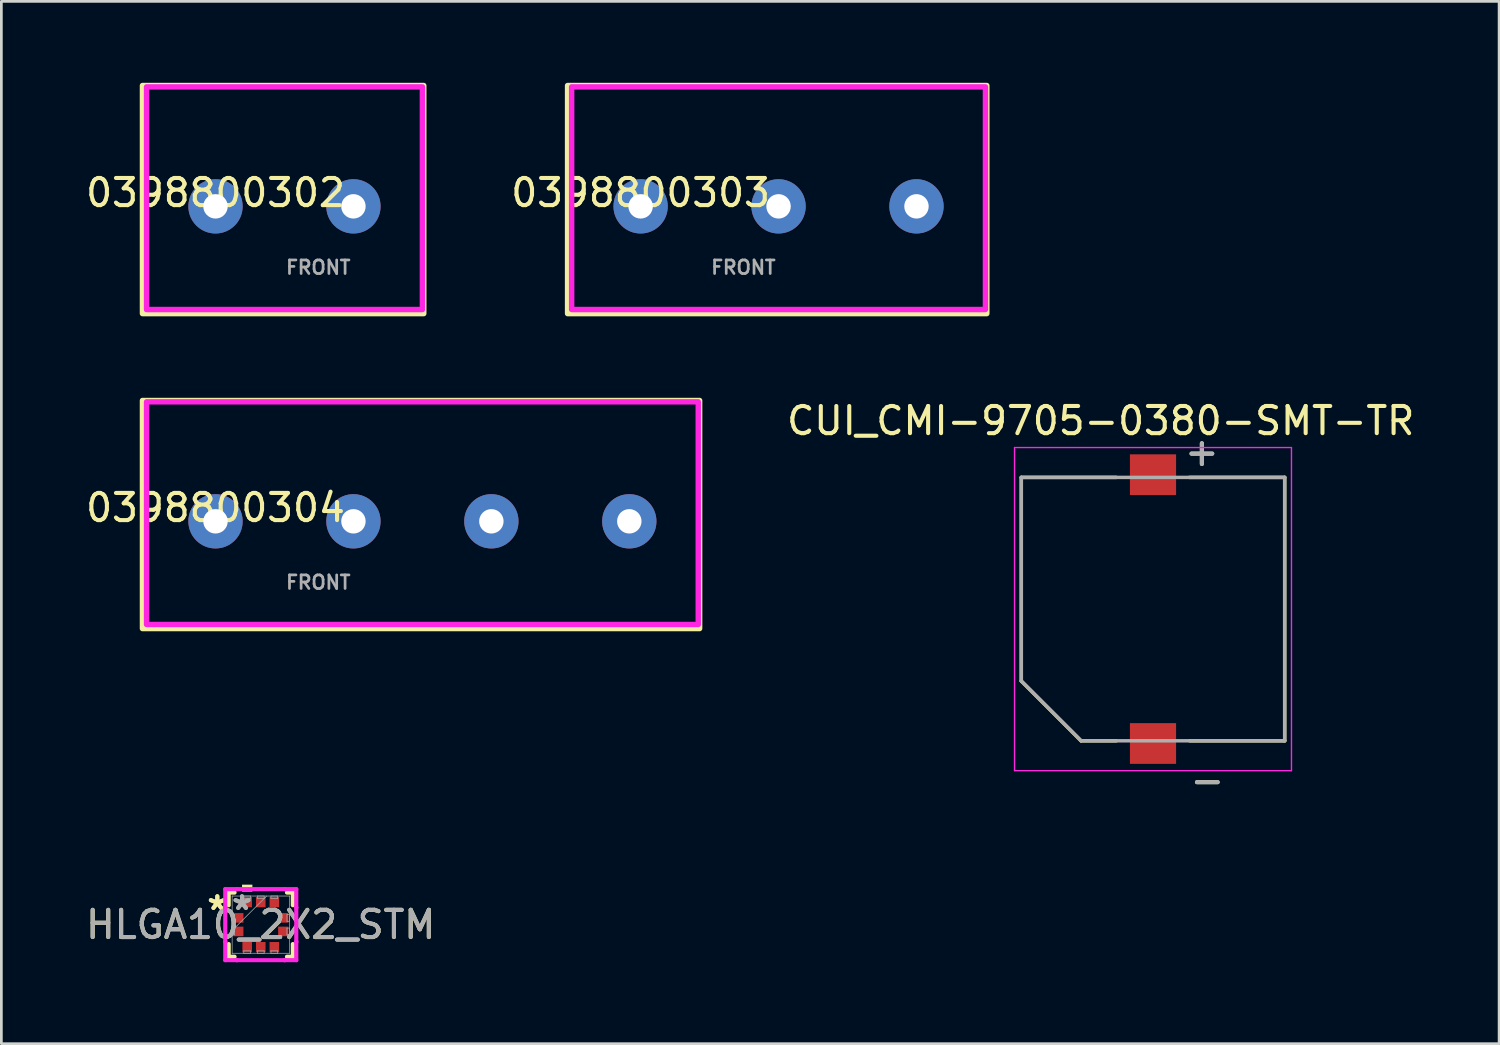
<source format=kicad_pcb>
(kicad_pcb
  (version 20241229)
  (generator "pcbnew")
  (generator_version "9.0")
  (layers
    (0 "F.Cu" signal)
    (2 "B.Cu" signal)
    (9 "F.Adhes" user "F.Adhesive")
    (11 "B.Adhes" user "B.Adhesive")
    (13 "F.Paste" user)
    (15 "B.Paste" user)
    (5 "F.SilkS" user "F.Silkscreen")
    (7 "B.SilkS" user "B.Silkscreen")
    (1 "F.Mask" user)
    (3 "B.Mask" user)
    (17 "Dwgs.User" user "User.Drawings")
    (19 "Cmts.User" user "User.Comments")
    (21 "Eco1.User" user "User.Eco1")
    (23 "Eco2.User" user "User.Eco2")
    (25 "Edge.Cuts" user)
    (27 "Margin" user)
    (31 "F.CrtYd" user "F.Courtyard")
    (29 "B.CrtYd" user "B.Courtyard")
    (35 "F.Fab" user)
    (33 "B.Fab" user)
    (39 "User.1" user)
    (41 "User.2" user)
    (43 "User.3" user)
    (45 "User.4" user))
  (footprint "0398800303"
    (layer "F.Cu")
    (at 20.544 4.55)
    (property "Reference" "0398800303" (at 0 -0.5 0) (unlocked yes) (layer "F.SilkS") (effects (font (size 1 1) (thickness 0.15))))
    (attr smd)
    (fp_rect (start -2.69 3.95) (end 12.75 -4.45) (stroke (width 0.2) (type default)) (fill no) (layer "F.SilkS"))
    (fp_rect (start -2.54 3.8) (end 12.7 -4.4) (stroke (width 0.2) (type default)) (fill no) (layer "F.CrtYd"))
    (fp_text user "FRONT" (at 2.54 2.54 0) (unlocked yes) (layer "F.Fab") (effects (font (size 0.5 0.5) (thickness 0.1)) (justify left bottom)))
    (pad "1" thru_hole circle (at 0 0) (size 2 2) (drill 0.9) (layers "*.Cu" "*.Mask"))
    (pad "2" thru_hole circle (at 5.08 0) (size 2 2) (drill 0.9) (layers "*.Cu" "*.Mask"))
    (pad "3" thru_hole circle (at 10.16 0) (size 2 2) (drill 0.9) (layers "*.Cu" "*.Mask")))
  (footprint "HLGA10_2X2_STM"
    (layer "F.Cu")
    (at 6.554 31.005)
    (property "Reference" "HLGA10_2X2_STM" (at 0 0 0) (unlocked yes) (layer "F.SilkS") (effects (font (size 1 1) (thickness 0.15))))
    (attr smd)
    (fp_line (start -1.181 -1.181) (end -1.181 -0.715) (stroke (width 0.152) (type solid)) (layer "F.SilkS"))
    (fp_line (start -1.181 0.715) (end -1.181 1.181) (stroke (width 0.152) (type solid)) (layer "F.SilkS"))
    (fp_line (start -1.181 1.181) (end -0.965 1.181) (stroke (width 0.152) (type solid)) (layer "F.SilkS"))
    (fp_line (start -0.965 -1.181) (end -1.181 -1.181) (stroke (width 0.152) (type solid)) (layer "F.SilkS"))
    (fp_line (start 0.965 1.181) (end 1.181 1.181) (stroke (width 0.152) (type solid)) (layer "F.SilkS"))
    (fp_line (start 1.181 -1.181) (end 0.965 -1.181) (stroke (width 0.152) (type solid)) (layer "F.SilkS"))
    (fp_line (start 1.181 -0.715) (end 1.181 -1.181) (stroke (width 0.152) (type solid)) (layer "F.SilkS"))
    (fp_line (start 1.181 1.181) (end 1.181 0.715) (stroke (width 0.152) (type solid)) (layer "F.SilkS"))
    (fp_poly (pts (xy -0.69 -1.219) (xy -0.69 -1.473) (xy -0.309 -1.473) (xy -0.309 -1.219)) (stroke (width 0) (type solid)) (fill yes) (layer "F.SilkS"))
    (fp_line (start -1.308 -1.308) (end -0.879 -1.308) (stroke (width 0.152) (type solid)) (layer "F.CrtYd"))
    (fp_line (start -1.308 -0.629) (end -1.308 -1.308) (stroke (width 0.152) (type solid)) (layer "F.CrtYd"))
    (fp_line (start -1.308 -0.629) (end -1.308 -0.629) (stroke (width 0.152) (type solid)) (layer "F.CrtYd"))
    (fp_line (start -1.308 0.629) (end -1.308 -0.629) (stroke (width 0.152) (type solid)) (layer "F.CrtYd"))
    (fp_line (start -1.308 0.629) (end -1.308 0.629) (stroke (width 0.152) (type solid)) (layer "F.CrtYd"))
    (fp_line (start -1.308 1.308) (end -1.308 0.629) (stroke (width 0.152) (type solid)) (layer "F.CrtYd"))
    (fp_line (start -0.879 -1.308) (end -0.879 -1.308) (stroke (width 0.152) (type solid)) (layer "F.CrtYd"))
    (fp_line (start -0.879 -1.308) (end 0.879 -1.308) (stroke (width 0.152) (type solid)) (layer "F.CrtYd"))
    (fp_line (start -0.879 1.308) (end -1.308 1.308) (stroke (width 0.152) (type solid)) (layer "F.CrtYd"))
    (fp_line (start -0.879 1.308) (end -0.879 1.308) (stroke (width 0.152) (type solid)) (layer "F.CrtYd"))
    (fp_line (start 0.879 -1.308) (end 0.879 -1.308) (stroke (width 0.152) (type solid)) (layer "F.CrtYd"))
    (fp_line (start 0.879 -1.308) (end 1.308 -1.308) (stroke (width 0.152) (type solid)) (layer "F.CrtYd"))
    (fp_line (start 0.879 1.308) (end -0.879 1.308) (stroke (width 0.152) (type solid)) (layer "F.CrtYd"))
    (fp_line (start 0.879 1.308) (end 0.879 1.308) (stroke (width 0.152) (type solid)) (layer "F.CrtYd"))
    (fp_line (start 1.308 -1.308) (end 1.308 -0.629) (stroke (width 0.152) (type solid)) (layer "F.CrtYd"))
    (fp_line (start 1.308 -0.629) (end 1.308 -0.629) (stroke (width 0.152) (type solid)) (layer "F.CrtYd"))
    (fp_line (start 1.308 -0.629) (end 1.308 0.629) (stroke (width 0.152) (type solid)) (layer "F.CrtYd"))
    (fp_line (start 1.308 0.629) (end 1.308 0.629) (stroke (width 0.152) (type solid)) (layer "F.CrtYd"))
    (fp_line (start 1.308 0.629) (end 1.308 1.308) (stroke (width 0.152) (type solid)) (layer "F.CrtYd"))
    (fp_line (start 1.308 1.308) (end 0.879 1.308) (stroke (width 0.152) (type solid)) (layer "F.CrtYd"))
    (fp_line (start -1.054 -1.054) (end -1.054 -1.054) (stroke (width 0.025) (type solid)) (layer "F.Fab"))
    (fp_line (start -1.054 -1.054) (end -1.054 1.054) (stroke (width 0.025) (type solid)) (layer "F.Fab"))
    (fp_line (start -1.054 -0.375) (end -0.965 -0.375) (stroke (width 0.025) (type solid)) (layer "F.Fab"))
    (fp_line (start -1.054 -0.125) (end -1.054 -0.375) (stroke (width 0.025) (type solid)) (layer "F.Fab"))
    (fp_line (start -1.054 0.125) (end -0.965 0.125) (stroke (width 0.025) (type solid)) (layer "F.Fab"))
    (fp_line (start -1.054 0.216) (end 0.216 -1.054) (stroke (width 0.025) (type solid)) (layer "F.Fab"))
    (fp_line (start -1.054 0.375) (end -1.054 0.125) (stroke (width 0.025) (type solid)) (layer "F.Fab"))
    (fp_line (start -1.054 1.054) (end -1.054 1.054) (stroke (width 0.025) (type solid)) (layer "F.Fab"))
    (fp_line (start -1.054 1.054) (end 1.054 1.054) (stroke (width 0.025) (type solid)) (layer "F.Fab"))
    (fp_line (start -0.965 -0.375) (end -0.965 -0.125) (stroke (width 0.025) (type solid)) (layer "F.Fab"))
    (fp_line (start -0.965 -0.125) (end -1.054 -0.125) (stroke (width 0.025) (type solid)) (layer "F.Fab"))
    (fp_line (start -0.965 0.125) (end -0.965 0.375) (stroke (width 0.025) (type solid)) (layer "F.Fab"))
    (fp_line (start -0.965 0.375) (end -1.054 0.375) (stroke (width 0.025) (type solid)) (layer "F.Fab"))
    (fp_line (start -0.625 -1.054) (end -0.375 -1.054) (stroke (width 0.025) (type solid)) (layer "F.Fab"))
    (fp_line (start -0.625 -0.965) (end -0.625 -1.054) (stroke (width 0.025) (type solid)) (layer "F.Fab"))
    (fp_line (start -0.625 0.965) (end -0.375 0.965) (stroke (width 0.025) (type solid)) (layer "F.Fab"))
    (fp_line (start -0.625 1.054) (end -0.625 0.965) (stroke (width 0.025) (type solid)) (layer "F.Fab"))
    (fp_line (start -0.375 -1.054) (end -0.375 -0.965) (stroke (width 0.025) (type solid)) (layer "F.Fab"))
    (fp_line (start -0.375 -0.965) (end -0.625 -0.965) (stroke (width 0.025) (type solid)) (layer "F.Fab"))
    (fp_line (start -0.375 0.965) (end -0.375 1.054) (stroke (width 0.025) (type solid)) (layer "F.Fab"))
    (fp_line (start -0.375 1.054) (end -0.625 1.054) (stroke (width 0.025) (type solid)) (layer "F.Fab"))
    (fp_line (start -0.125 -1.054) (end 0.125 -1.054) (stroke (width 0.025) (type solid)) (layer "F.Fab"))
    (fp_line (start -0.125 -0.965) (end -0.125 -1.054) (stroke (width 0.025) (type solid)) (layer "F.Fab"))
    (fp_line (start -0.125 0.965) (end 0.125 0.965) (stroke (width 0.025) (type solid)) (layer "F.Fab"))
    (fp_line (start -0.125 1.054) (end -0.125 0.965) (stroke (width 0.025) (type solid)) (layer "F.Fab"))
    (fp_line (start 0.125 -1.054) (end 0.125 -0.965) (stroke (width 0.025) (type solid)) (layer "F.Fab"))
    (fp_line (start 0.125 -0.965) (end -0.125 -0.965) (stroke (width 0.025) (type solid)) (layer "F.Fab"))
    (fp_line (start 0.125 0.965) (end 0.125 1.054) (stroke (width 0.025) (type solid)) (layer "F.Fab"))
    (fp_line (start 0.125 1.054) (end -0.125 1.054) (stroke (width 0.025) (type solid)) (layer "F.Fab"))
    (fp_line (start 0.375 -1.054) (end 0.625 -1.054) (stroke (width 0.025) (type solid)) (layer "F.Fab"))
    (fp_line (start 0.375 -0.965) (end 0.375 -1.054) (stroke (width 0.025) (type solid)) (layer "F.Fab"))
    (fp_line (start 0.375 0.965) (end 0.625 0.965) (stroke (width 0.025) (type solid)) (layer "F.Fab"))
    (fp_line (start 0.375 1.054) (end 0.375 0.965) (stroke (width 0.025) (type solid)) (layer "F.Fab"))
    (fp_line (start 0.625 -1.054) (end 0.625 -0.965) (stroke (width 0.025) (type solid)) (layer "F.Fab"))
    (fp_line (start 0.625 -0.965) (end 0.375 -0.965) (stroke (width 0.025) (type solid)) (layer "F.Fab"))
    (fp_line (start 0.625 0.965) (end 0.625 1.054) (stroke (width 0.025) (type solid)) (layer "F.Fab"))
    (fp_line (start 0.625 1.054) (end 0.375 1.054) (stroke (width 0.025) (type solid)) (layer "F.Fab"))
    (fp_line (start 0.965 -0.375) (end 1.054 -0.375) (stroke (width 0.025) (type solid)) (layer "F.Fab"))
    (fp_line (start 0.965 -0.125) (end 0.965 -0.375) (stroke (width 0.025) (type solid)) (layer "F.Fab"))
    (fp_line (start 0.965 0.125) (end 1.054 0.125) (stroke (width 0.025) (type solid)) (layer "F.Fab"))
    (fp_line (start 0.965 0.375) (end 0.965 0.125) (stroke (width 0.025) (type solid)) (layer "F.Fab"))
    (fp_line (start 1.054 -1.054) (end -1.054 -1.054) (stroke (width 0.025) (type solid)) (layer "F.Fab"))
    (fp_line (start 1.054 -1.054) (end 1.054 -1.054) (stroke (width 0.025) (type solid)) (layer "F.Fab"))
    (fp_line (start 1.054 -0.375) (end 1.054 -0.125) (stroke (width 0.025) (type solid)) (layer "F.Fab"))
    (fp_line (start 1.054 -0.125) (end 0.965 -0.125) (stroke (width 0.025) (type solid)) (layer "F.Fab"))
    (fp_line (start 1.054 0.125) (end 1.054 0.375) (stroke (width 0.025) (type solid)) (layer "F.Fab"))
    (fp_line (start 1.054 0.375) (end 0.965 0.375) (stroke (width 0.025) (type solid)) (layer "F.Fab"))
    (fp_line (start 1.054 1.054) (end 1.054 -1.054) (stroke (width 0.025) (type solid)) (layer "F.Fab"))
    (fp_line (start 1.054 1.054) (end 1.054 1.054) (stroke (width 0.025) (type solid)) (layer "F.Fab"))
    (fp_text user "*" (at -1.6 -0.5 0) (unlocked yes) (layer "F.SilkS") (effects (font (size 1 1) (thickness 0.15))))
    (fp_text user "*" (at -1.6 -0.5 0) (layer "F.SilkS") (effects (font (size 1 1) (thickness 0.15))))
    (fp_text user "*" (at -0.69 -0.5 0) (unlocked yes) (layer "F.Fab") (effects (font (size 1 1) (thickness 0.15))))
    (fp_text user "${REFERENCE}" (at 0 0 0) (unlocked yes) (layer "F.Fab") (effects (font (size 1 1) (thickness 0.15))))
    (fp_text user "*" (at -0.69 -0.5 0) (layer "F.Fab") (effects (font (size 1 1) (thickness 0.15))))
    (pad "1" smd rect (at -0.828 -0.25 90) (size 0.352 0.377) (layers "F.Cu" "F.Mask" "F.Paste"))
    (pad "2" smd rect (at -0.828 0.25 90) (size 0.352 0.377) (layers "F.Cu" "F.Mask" "F.Paste"))
    (pad "3" smd rect (at -0.5 0.828) (size 0.352 0.377) (layers "F.Cu" "F.Mask" "F.Paste"))
    (pad "4" smd rect (at 0 0.828) (size 0.352 0.377) (layers "F.Cu" "F.Mask" "F.Paste"))
    (pad "5" smd rect (at 0.5 0.828) (size 0.352 0.377) (layers "F.Cu" "F.Mask" "F.Paste"))
    (pad "6" smd rect (at 0.828 0.25 90) (size 0.352 0.377) (layers "F.Cu" "F.Mask" "F.Paste"))
    (pad "7" smd rect (at 0.828 -0.25 90) (size 0.352 0.377) (layers "F.Cu" "F.Mask" "F.Paste"))
    (pad "8" smd rect (at 0.5 -0.828) (size 0.352 0.377) (layers "F.Cu" "F.Mask" "F.Paste"))
    (pad "9" smd rect (at 0 -0.828) (size 0.352 0.377) (layers "F.Cu" "F.Mask" "F.Paste"))
    (pad "10" smd rect (at -0.5 -0.828) (size 0.352 0.377) (layers "F.Cu" "F.Mask" "F.Paste")))
  (footprint "0398800302"
    (layer "F.Cu")
    (at 4.887 4.55)
    (property "Reference" "0398800302" (at 0 -0.5 0) (unlocked yes) (layer "F.SilkS") (effects (font (size 1 1) (thickness 0.15))))
    (attr smd)
    (fp_rect (start -2.69 3.95) (end 7.67 -4.45) (stroke (width 0.2) (type default)) (fill no) (layer "F.SilkS"))
    (fp_rect (start -2.54 3.8) (end 7.62 -4.4) (stroke (width 0.2) (type default)) (fill no) (layer "F.CrtYd"))
    (fp_text user "FRONT" (at 2.54 2.54 0) (unlocked yes) (layer "F.Fab") (effects (font (size 0.5 0.5) (thickness 0.1)) (justify left bottom)))
    (pad "1" thru_hole circle (at 0 0) (size 2 2) (drill 0.9) (layers "*.Cu" "*.Mask"))
    (pad "2" thru_hole circle (at 5.08 0) (size 2 2) (drill 0.9) (layers "*.Cu" "*.Mask")))
  (footprint "CUI_CMI-9705-0380-SMT-TR"
    (layer "F.Cu")
    (at 39.415 19.383)
    (property "Reference" "CUI_CMI-9705-0380-SMT-TR" (at -1.925 -6.935 0) (layer "F.SilkS") (effects (font (size 1 1) (thickness 0.15))))
    (attr smd)
    (fp_line (start -4.85 -4.85) (end -4.85 2.65) (stroke (width 0.127) (type solid)) (layer "F.SilkS"))
    (fp_line (start -4.85 2.65) (end -2.65 4.85) (stroke (width 0.127) (type solid)) (layer "F.SilkS"))
    (fp_line (start -2.65 4.85) (end -1.35 4.85) (stroke (width 0.127) (type solid)) (layer "F.SilkS"))
    (fp_line (start -1.35 -4.85) (end -4.85 -4.85) (stroke (width 0.127) (type solid)) (layer "F.SilkS"))
    (fp_line (start 1.35 4.85) (end 4.85 4.85) (stroke (width 0.127) (type solid)) (layer "F.SilkS"))
    (fp_line (start 4.85 -4.85) (end 1.34 -4.85) (stroke (width 0.127) (type solid)) (layer "F.SilkS"))
    (fp_line (start 4.85 4.85) (end 4.85 -4.85) (stroke (width 0.127) (type solid)) (layer "F.SilkS"))
    (fp_line (start -5.1 -5.95) (end 5.1 -5.95) (stroke (width 0.05) (type solid)) (layer "F.CrtYd"))
    (fp_line (start -5.1 5.95) (end -5.1 -5.95) (stroke (width 0.05) (type solid)) (layer "F.CrtYd"))
    (fp_line (start 5.1 -5.95) (end 5.1 5.95) (stroke (width 0.05) (type solid)) (layer "F.CrtYd"))
    (fp_line (start 5.1 5.95) (end -5.1 5.95) (stroke (width 0.05) (type solid)) (layer "F.CrtYd"))
    (fp_line (start -4.85 -4.85) (end -4.85 2.65) (stroke (width 0.127) (type solid)) (layer "F.Fab"))
    (fp_line (start -4.85 -4.85) (end 4.85 -4.85) (stroke (width 0.127) (type solid)) (layer "F.Fab"))
    (fp_line (start -4.85 2.65) (end -2.65 4.85) (stroke (width 0.127) (type solid)) (layer "F.Fab"))
    (fp_line (start 4.85 -4.85) (end 4.85 4.85) (stroke (width 0.127) (type solid)) (layer "F.Fab"))
    (fp_line (start 4.85 4.85) (end -2.65 4.85) (stroke (width 0.127) (type solid)) (layer "F.Fab"))
    (fp_text user "+" (at 1.8 -5.8 0) (layer "F.SilkS") (effects (font (size 1 1) (thickness 0.15))))
    (fp_text user "-" (at 2 6.3 0) (layer "F.SilkS") (effects (font (size 1 1) (thickness 0.15))))
    (fp_text user "+" (at 1.8 -5.8 0) (layer "F.Fab") (effects (font (size 1 1) (thickness 0.15))))
    (fp_text user "-" (at 2 6.3 0) (layer "F.Fab") (effects (font (size 1 1) (thickness 0.15))))
    (pad "N" smd rect (at 0 4.95) (size 1.7 1.5) (layers "F.Cu" "F.Mask" "F.Paste"))
    (pad "P" smd rect (at 0 -4.95) (size 1.7 1.5) (layers "F.Cu" "F.Mask" "F.Paste")))
  (footprint "0398800304"
    (layer "F.Cu")
    (at 4.887 16.15)
    (property "Reference" "0398800304" (at 0 -0.5 0) (unlocked yes) (layer "F.SilkS") (effects (font (size 1 1) (thickness 0.15))))
    (attr smd)
    (fp_rect (start -2.69 3.95) (end 17.83 -4.45) (stroke (width 0.2) (type default)) (fill no) (layer "F.SilkS"))
    (fp_rect (start -2.54 3.8) (end 17.78 -4.4) (stroke (width 0.2) (type default)) (fill no) (layer "F.CrtYd"))
    (fp_text user "FRONT" (at 2.54 2.54 0) (unlocked yes) (layer "F.Fab") (effects (font (size 0.5 0.5) (thickness 0.1)) (justify left bottom)))
    (pad "1" thru_hole circle (at 0 0) (size 2 2) (drill 0.9) (layers "*.Cu" "*.Mask"))
    (pad "2" thru_hole circle (at 5.08 0) (size 2 2) (drill 0.9) (layers "*.Cu" "*.Mask"))
    (pad "3" thru_hole circle (at 10.16 0) (size 2 2) (drill 0.9) (layers "*.Cu" "*.Mask"))
    (pad "4" thru_hole circle (at 15.24 0) (size 2 2) (drill 0.9) (layers "*.Cu" "*.Mask")))
  (gr_rect
    (start -3 -3)
    (end 52.162 35.389)
    (stroke (width 0.1) (type default))
    (fill no)
    (layer "Edge.Cuts")))
</source>
